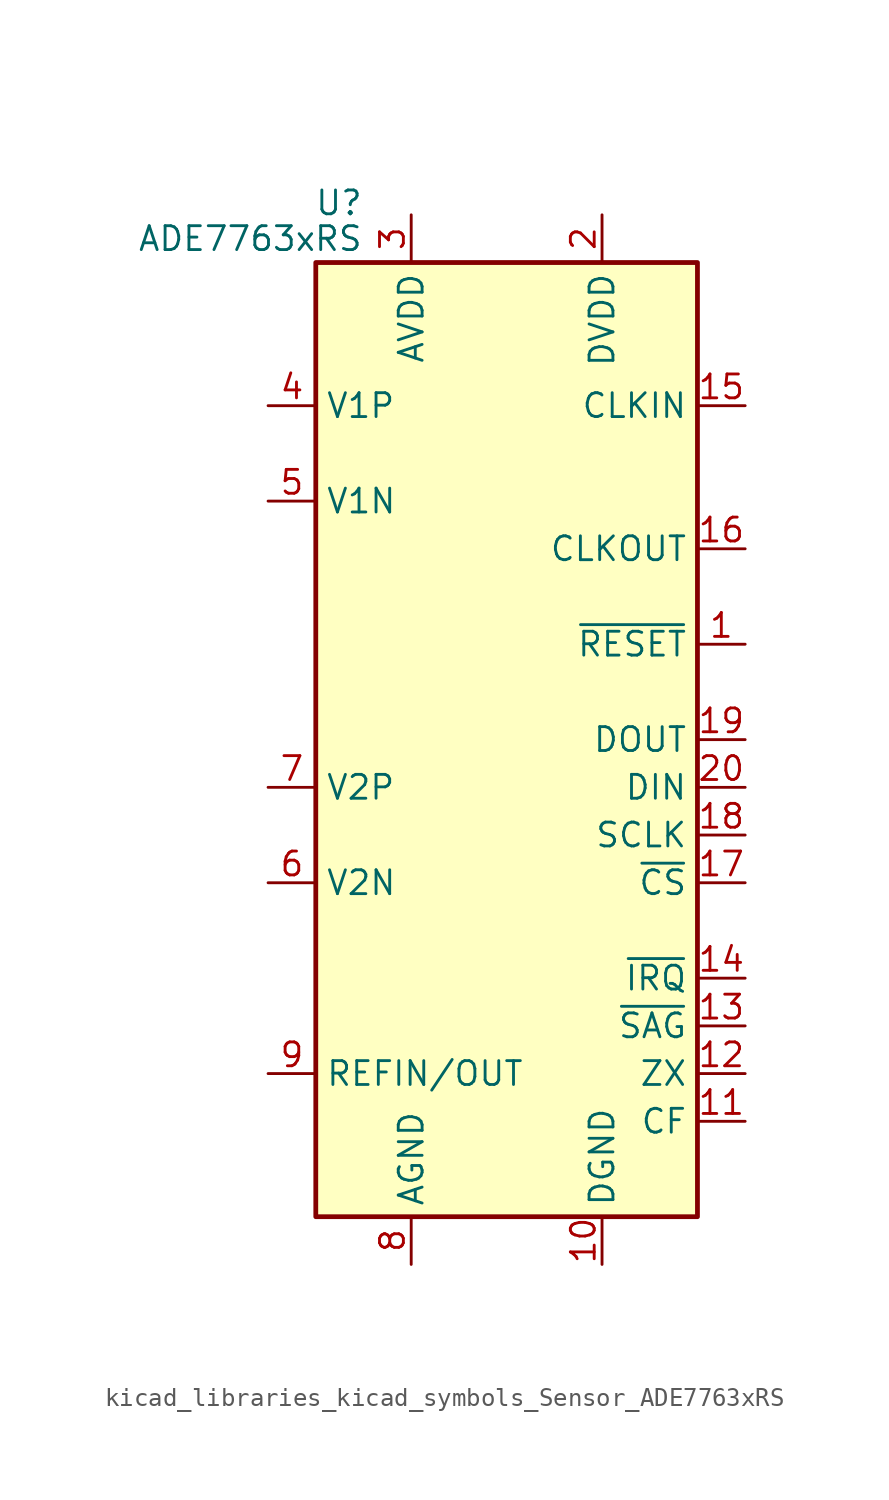
<source format=kicad_sym>
(kicad_symbol_lib
  (version 20220914)
  (generator kicad_symbol_editor)
  (symbol "kicad_libraries_kicad_symbols_Sensor_ADE7763xRS"
    (property "Reference" "U"
      (at -7.62 28.575 0)
      (effects (font (size 1.27 1.27)) (justify right)))
    (property "Value" "ADE7763xRS"
      (at -7.62 26.67 0)
      (effects (font (size 1.27 1.27)) (justify right)))
    (symbol "kicad_libraries_kicad_symbols_Sensor_ADE7763xRS_0_1"
      (rectangle (start 10.16 -25.4) (end -10.16 25.4) (stroke (width 0.254) (type default)) (fill (type background))))
    (symbol "kicad_libraries_kicad_symbols_Sensor_ADE7763xRS_1_1"
      (pin input line (at 12.7 5.08 180) (length 2.54) (name "~{RESET}" (effects (font (size 1.27 1.27)))) (number "1" (effects (font (size 1.27 1.27)))))
      (pin power_in line (at 5.08 -27.94 90) (length 2.54) (name "DGND" (effects (font (size 1.27 1.27)))) (number "10" (effects (font (size 1.27 1.27)))))
      (pin output line (at 12.7 -20.32 180) (length 2.54) (name "CF" (effects (font (size 1.27 1.27)))) (number "11" (effects (font (size 1.27 1.27)))))
      (pin output line (at 12.7 -17.78 180) (length 2.54) (name "ZX" (effects (font (size 1.27 1.27)))) (number "12" (effects (font (size 1.27 1.27)))))
      (pin open_collector line (at 12.7 -15.24 180) (length 2.54) (name "~{SAG}" (effects (font (size 1.27 1.27)))) (number "13" (effects (font (size 1.27 1.27)))))
      (pin open_collector line (at 12.7 -12.7 180) (length 2.54) (name "~{IRQ}" (effects (font (size 1.27 1.27)))) (number "14" (effects (font (size 1.27 1.27)))))
      (pin input line (at 12.7 17.78 180) (length 2.54) (name "CLKIN" (effects (font (size 1.27 1.27)))) (number "15" (effects (font (size 1.27 1.27)))))
      (pin output line (at 12.7 10.16 180) (length 2.54) (name "CLKOUT" (effects (font (size 1.27 1.27)))) (number "16" (effects (font (size 1.27 1.27)))))
      (pin input line (at 12.7 -7.62 180) (length 2.54) (name "~{CS}" (effects (font (size 1.27 1.27)))) (number "17" (effects (font (size 1.27 1.27)))))
      (pin input line (at 12.7 -5.08 180) (length 2.54) (name "SCLK" (effects (font (size 1.27 1.27)))) (number "18" (effects (font (size 1.27 1.27)))))
      (pin output line (at 12.7 0 180) (length 2.54) (name "DOUT" (effects (font (size 1.27 1.27)))) (number "19" (effects (font (size 1.27 1.27)))))
      (pin power_in line (at 5.08 27.94 270) (length 2.54) (name "DVDD" (effects (font (size 1.27 1.27)))) (number "2" (effects (font (size 1.27 1.27)))))
      (pin input line (at 12.7 -2.54 180) (length 2.54) (name "DIN" (effects (font (size 1.27 1.27)))) (number "20" (effects (font (size 1.27 1.27)))))
      (pin power_in line (at -5.08 27.94 270) (length 2.54) (name "AVDD" (effects (font (size 1.27 1.27)))) (number "3" (effects (font (size 1.27 1.27)))))
      (pin input line (at -12.7 17.78 0) (length 2.54) (name "V1P" (effects (font (size 1.27 1.27)))) (number "4" (effects (font (size 1.27 1.27)))))
      (pin input line (at -12.7 12.7 0) (length 2.54) (name "V1N" (effects (font (size 1.27 1.27)))) (number "5" (effects (font (size 1.27 1.27)))))
      (pin input line (at -12.7 -7.62 0) (length 2.54) (name "V2N" (effects (font (size 1.27 1.27)))) (number "6" (effects (font (size 1.27 1.27)))))
      (pin input line (at -12.7 -2.54 0) (length 2.54) (name "V2P" (effects (font (size 1.27 1.27)))) (number "7" (effects (font (size 1.27 1.27)))))
      (pin power_in line (at -5.08 -27.94 90) (length 2.54) (name "AGND" (effects (font (size 1.27 1.27)))) (number "8" (effects (font (size 1.27 1.27)))))
      (pin input line (at -12.7 -17.78 0) (length 2.54) (name "REFIN/OUT" (effects (font (size 1.27 1.27)))) (number "9" (effects (font (size 1.27 1.27))))))))
</source>
